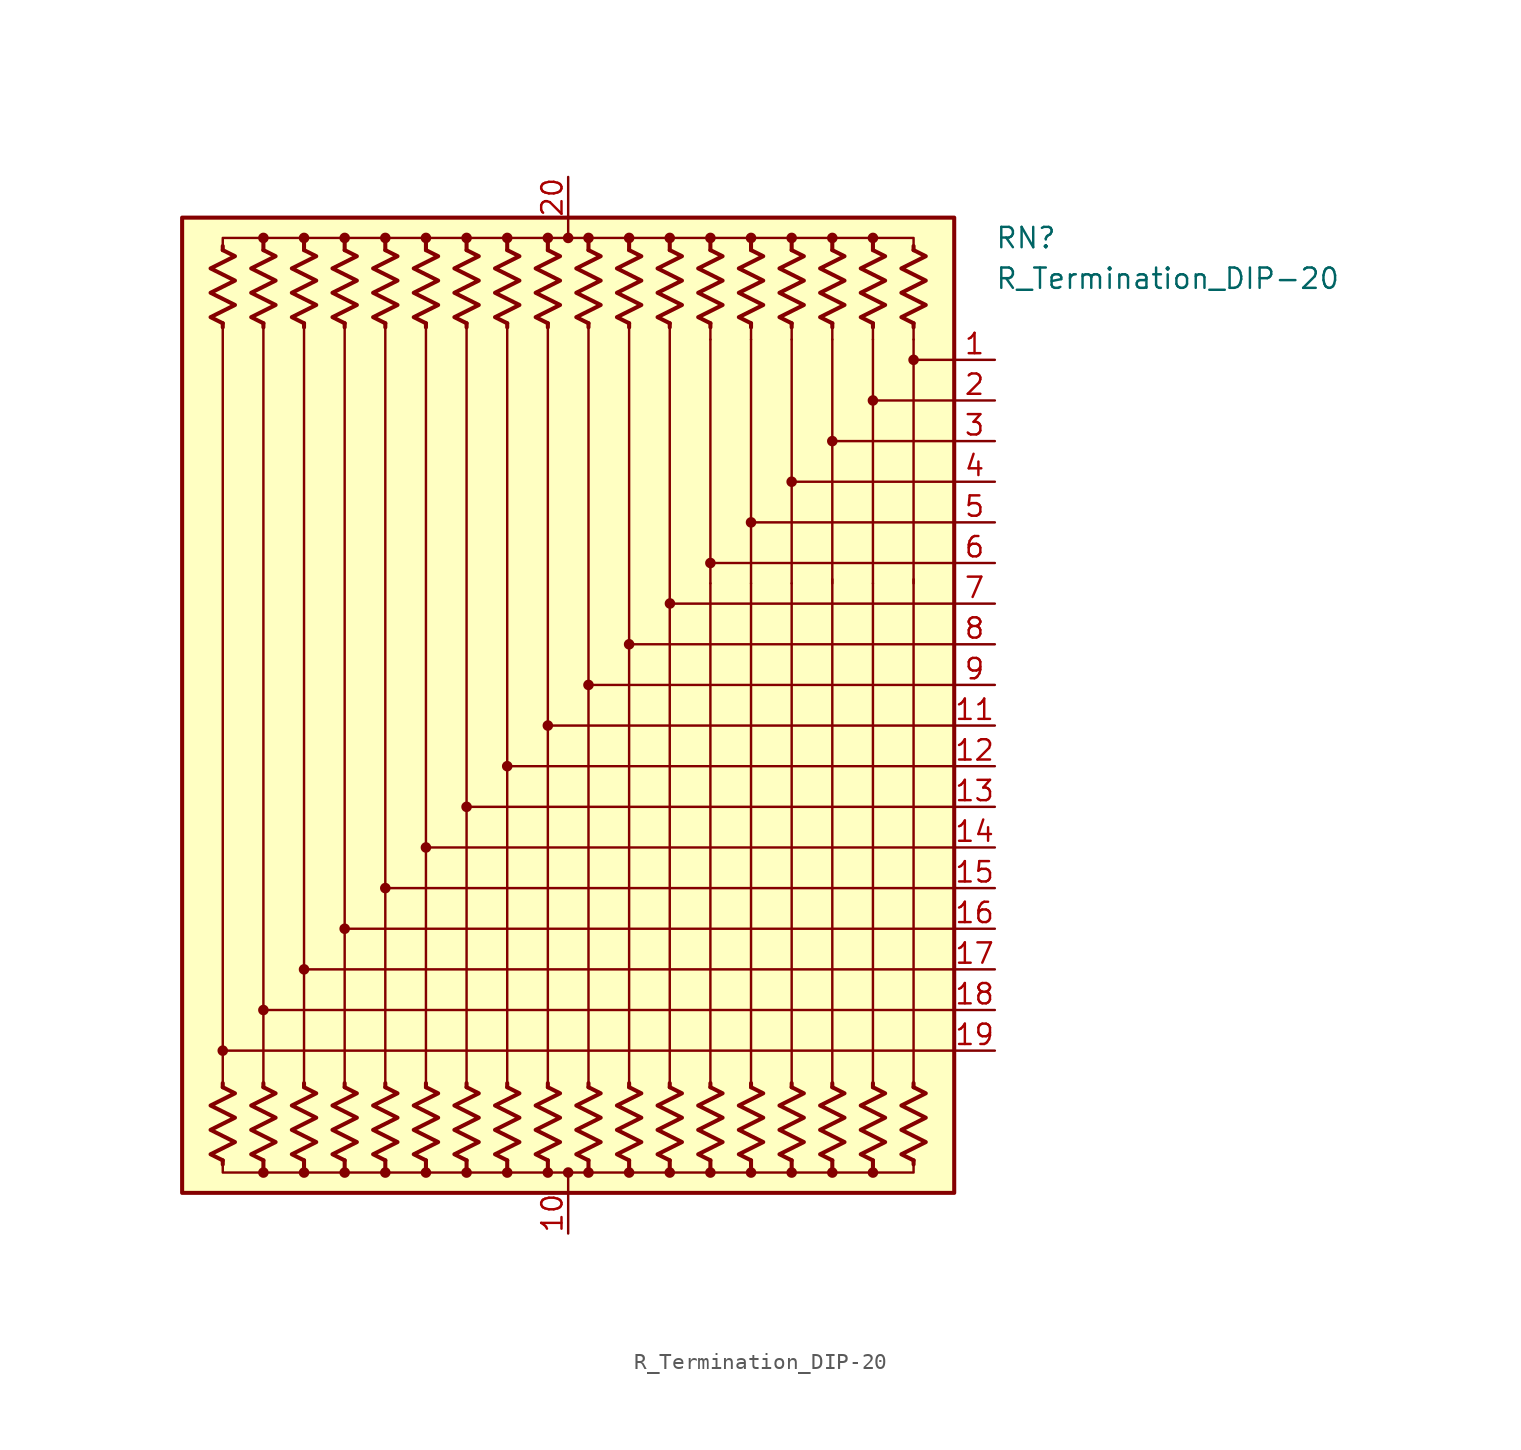
<source format=kicad_sym>
(kicad_symbol_lib
  (version 20220914)
  (generator kicad_symbol_editor)
  (symbol "R_Termination_DIP-20"
    (pin_names
      (offset 0.002) hide)
    (property "Reference" "RN"
      (at 26.67 29.21 0)
      (effects (font (size 1.27 1.27)) (justify left)))
    (property "Value" "R_Termination_DIP-20"
      (at 26.67 26.67 0)
      (effects (font (size 1.27 1.27)) (justify left)))
    (symbol "R_Termination_DIP-20_0_1"
      (rectangle (start -24.13 30.48) (end 24.13 -30.48) (stroke (width 0.254) (type default)) (fill (type background)))
      (circle (center -21.59 -21.59) (radius 0.254) (stroke (width 0) (type default)) (fill (type outline)))
      (circle (center -19.05 -29.21) (radius 0.254) (stroke (width 0) (type default)) (fill (type outline)))
      (circle (center -19.05 -19.05) (radius 0.254) (stroke (width 0) (type default)) (fill (type outline)))
      (circle (center -19.05 29.21) (radius 0.254) (stroke (width 0) (type default)) (fill (type outline)))
      (circle (center -16.51 -29.21) (radius 0.254) (stroke (width 0) (type default)) (fill (type outline)))
      (circle (center -16.51 -16.51) (radius 0.254) (stroke (width 0) (type default)) (fill (type outline)))
      (circle (center -16.51 29.21) (radius 0.254) (stroke (width 0) (type default)) (fill (type outline)))
      (circle (center -13.97 -29.21) (radius 0.254) (stroke (width 0) (type default)) (fill (type outline)))
      (circle (center -13.97 -13.97) (radius 0.254) (stroke (width 0) (type default)) (fill (type outline)))
      (circle (center -13.97 29.21) (radius 0.254) (stroke (width 0) (type default)) (fill (type outline)))
      (circle (center -11.43 -29.21) (radius 0.254) (stroke (width 0) (type default)) (fill (type outline)))
      (circle (center -11.43 -11.43) (radius 0.254) (stroke (width 0) (type default)) (fill (type outline)))
      (circle (center -11.43 29.21) (radius 0.254) (stroke (width 0) (type default)) (fill (type outline)))
      (circle (center -8.89 -29.21) (radius 0.254) (stroke (width 0) (type default)) (fill (type outline)))
      (circle (center -8.89 -8.89) (radius 0.254) (stroke (width 0) (type default)) (fill (type outline)))
      (circle (center -8.89 29.21) (radius 0.254) (stroke (width 0) (type default)) (fill (type outline)))
      (circle (center -6.35 -29.21) (radius 0.254) (stroke (width 0) (type default)) (fill (type outline)))
      (circle (center -6.35 -6.35) (radius 0.254) (stroke (width 0) (type default)) (fill (type outline)))
      (circle (center -6.35 29.21) (radius 0.254) (stroke (width 0) (type default)) (fill (type outline)))
      (circle (center -3.81 -29.21) (radius 0.254) (stroke (width 0) (type default)) (fill (type outline)))
      (circle (center -3.81 -3.81) (radius 0.254) (stroke (width 0) (type default)) (fill (type outline)))
      (circle (center -3.81 29.21) (radius 0.254) (stroke (width 0) (type default)) (fill (type outline)))
      (circle (center -1.27 -29.21) (radius 0.254) (stroke (width 0) (type default)) (fill (type outline)))
      (circle (center -1.27 -1.27) (radius 0.254) (stroke (width 0) (type default)) (fill (type outline)))
      (circle (center -1.27 29.21) (radius 0.254) (stroke (width 0) (type default)) (fill (type outline)))
      (circle (center 0 -29.21) (radius 0.254) (stroke (width 0) (type default)) (fill (type outline)))
      (polyline (pts (xy -21.59 -28.448) (xy -21.59 -28.702)) (stroke (width 0.254) (type default)) (fill (type none)))
      (polyline (pts (xy -21.59 -23.876) (xy -21.59 -23.622)) (stroke (width 0.254) (type default)) (fill (type none)))
      (polyline (pts (xy -21.59 -21.59) (xy 24.13 -21.59)) (stroke (width 0.152) (type default)) (fill (type none)))
      (polyline (pts (xy -21.59 23.876) (xy -21.59 -23.876)) (stroke (width 0) (type default)) (fill (type none)))
      (polyline (pts (xy -21.59 23.876) (xy -21.59 23.622)) (stroke (width 0.254) (type default)) (fill (type none)))
      (polyline (pts (xy -21.59 28.448) (xy -21.59 28.702)) (stroke (width 0.254) (type default)) (fill (type none)))
      (polyline (pts (xy -19.05 -28.448) (xy -19.05 -28.956)) (stroke (width 0.254) (type default)) (fill (type none)))
      (polyline (pts (xy -19.05 -23.876) (xy -19.05 -23.622)) (stroke (width 0.254) (type default)) (fill (type none)))
      (polyline (pts (xy -19.05 23.876) (xy -19.05 -23.876)) (stroke (width 0) (type default)) (fill (type none)))
      (polyline (pts (xy -19.05 23.876) (xy -19.05 23.622)) (stroke (width 0.254) (type default)) (fill (type none)))
      (polyline (pts (xy -19.05 28.448) (xy -19.05 29.21)) (stroke (width 0.254) (type default)) (fill (type none)))
      (polyline (pts (xy -16.51 -28.448) (xy -16.51 -29.21)) (stroke (width 0.254) (type default)) (fill (type none)))
      (polyline (pts (xy -16.51 -23.876) (xy -16.51 -23.622)) (stroke (width 0.254) (type default)) (fill (type none)))
      (polyline (pts (xy -16.51 23.876) (xy -16.51 -23.876)) (stroke (width 0) (type default)) (fill (type none)))
      (polyline (pts (xy -16.51 23.876) (xy -16.51 23.622)) (stroke (width 0.254) (type default)) (fill (type none)))
      (polyline (pts (xy -16.51 28.448) (xy -16.51 28.956)) (stroke (width 0.254) (type default)) (fill (type none)))
      (polyline (pts (xy -13.97 -28.448) (xy -13.97 -29.21)) (stroke (width 0.254) (type default)) (fill (type none)))
      (polyline (pts (xy -13.97 -23.876) (xy -13.97 -23.622)) (stroke (width 0.254) (type default)) (fill (type none)))
      (polyline (pts (xy -13.97 23.876) (xy -13.97 -23.876)) (stroke (width 0) (type default)) (fill (type none)))
      (polyline (pts (xy -13.97 23.876) (xy -13.97 23.622)) (stroke (width 0.254) (type default)) (fill (type none)))
      (polyline (pts (xy -13.97 28.448) (xy -13.97 28.956)) (stroke (width 0.254) (type default)) (fill (type none)))
      (polyline (pts (xy -11.43 -28.448) (xy -11.43 -29.21)) (stroke (width 0.254) (type default)) (fill (type none)))
      (polyline (pts (xy -11.43 -23.876) (xy -11.43 -23.622)) (stroke (width 0.254) (type default)) (fill (type none)))
      (polyline (pts (xy -11.43 23.876) (xy -11.43 -23.876)) (stroke (width 0) (type default)) (fill (type none)))
      (polyline (pts (xy -11.43 23.876) (xy -11.43 23.622)) (stroke (width 0.254) (type default)) (fill (type none)))
      (polyline (pts (xy -11.43 28.448) (xy -11.43 28.956)) (stroke (width 0.254) (type default)) (fill (type none)))
      (polyline (pts (xy -8.89 -28.448) (xy -8.89 -28.956)) (stroke (width 0.254) (type default)) (fill (type none)))
      (polyline (pts (xy -8.89 -23.876) (xy -8.89 -23.622)) (stroke (width 0.254) (type default)) (fill (type none)))
      (polyline (pts (xy -8.89 23.876) (xy -8.89 -23.876)) (stroke (width 0) (type default)) (fill (type none)))
      (polyline (pts (xy -8.89 23.876) (xy -8.89 23.622)) (stroke (width 0.254) (type default)) (fill (type none)))
      (polyline (pts (xy -8.89 28.448) (xy -8.89 28.956)) (stroke (width 0.254) (type default)) (fill (type none)))
      (polyline (pts (xy -6.35 -28.448) (xy -6.35 -28.956)) (stroke (width 0.254) (type default)) (fill (type none)))
      (polyline (pts (xy -6.35 -23.876) (xy -6.35 -23.622)) (stroke (width 0.254) (type default)) (fill (type none)))
      (polyline (pts (xy -6.35 23.876) (xy -6.35 -23.876)) (stroke (width 0) (type default)) (fill (type none)))
      (polyline (pts (xy -6.35 23.876) (xy -6.35 23.622)) (stroke (width 0.254) (type default)) (fill (type none)))
      (polyline (pts (xy -6.35 28.448) (xy -6.35 28.956)) (stroke (width 0.254) (type default)) (fill (type none)))
      (polyline (pts (xy -3.81 -28.448) (xy -3.81 -28.956)) (stroke (width 0.254) (type default)) (fill (type none)))
      (polyline (pts (xy -3.81 -23.876) (xy -3.81 -23.622)) (stroke (width 0.254) (type default)) (fill (type none)))
      (polyline (pts (xy -3.81 23.876) (xy -3.81 -23.876)) (stroke (width 0) (type default)) (fill (type none)))
      (polyline (pts (xy -3.81 23.876) (xy -3.81 23.622)) (stroke (width 0.254) (type default)) (fill (type none)))
      (polyline (pts (xy -3.81 28.448) (xy -3.81 28.956)) (stroke (width 0.254) (type default)) (fill (type none)))
      (polyline (pts (xy -1.27 -28.448) (xy -1.27 -28.956)) (stroke (width 0.254) (type default)) (fill (type none)))
      (polyline (pts (xy -1.27 -23.876) (xy -1.27 -23.622)) (stroke (width 0.254) (type default)) (fill (type none)))
      (polyline (pts (xy -1.27 23.876) (xy -1.27 -23.876)) (stroke (width 0) (type default)) (fill (type none)))
      (polyline (pts (xy -1.27 23.876) (xy -1.27 23.622)) (stroke (width 0.254) (type default)) (fill (type none)))
      (polyline (pts (xy -1.27 28.448) (xy -1.27 28.956)) (stroke (width 0.254) (type default)) (fill (type none)))
      (polyline (pts (xy 0 -30.48) (xy 0 -29.21)) (stroke (width 0) (type default)) (fill (type none)))
      (polyline (pts (xy 0 30.48) (xy 0 29.21)) (stroke (width 0) (type default)) (fill (type none)))
      (polyline (pts (xy 1.27 -28.448) (xy 1.27 -28.956)) (stroke (width 0.254) (type default)) (fill (type none)))
      (polyline (pts (xy 1.27 -23.876) (xy 1.27 -23.622)) (stroke (width 0.254) (type default)) (fill (type none)))
      (polyline (pts (xy 1.27 23.876) (xy 1.27 -23.876)) (stroke (width 0) (type default)) (fill (type none)))
      (polyline (pts (xy 1.27 23.876) (xy 1.27 23.622)) (stroke (width 0.254) (type default)) (fill (type none)))
      (polyline (pts (xy 1.27 28.448) (xy 1.27 28.956)) (stroke (width 0.254) (type default)) (fill (type none)))
      (polyline (pts (xy 3.81 -28.448) (xy 3.81 -29.21)) (stroke (width 0.254) (type default)) (fill (type none)))
      (polyline (pts (xy 3.81 -23.876) (xy 3.81 -23.622)) (stroke (width 0.254) (type default)) (fill (type none)))
      (polyline (pts (xy 3.81 23.876) (xy 3.81 -23.876)) (stroke (width 0) (type default)) (fill (type none)))
      (polyline (pts (xy 3.81 23.876) (xy 3.81 23.622)) (stroke (width 0.254) (type default)) (fill (type none)))
      (polyline (pts (xy 3.81 28.448) (xy 3.81 28.956)) (stroke (width 0.254) (type default)) (fill (type none)))
      (polyline (pts (xy 6.35 -28.448) (xy 6.35 -28.956)) (stroke (width 0.254) (type default)) (fill (type none)))
      (polyline (pts (xy 6.35 -23.876) (xy 6.35 -23.622)) (stroke (width 0.254) (type default)) (fill (type none)))
      (polyline (pts (xy 6.35 23.876) (xy 6.35 -23.876)) (stroke (width 0) (type default)) (fill (type none)))
      (polyline (pts (xy 6.35 23.876) (xy 6.35 23.622)) (stroke (width 0.254) (type default)) (fill (type none)))
      (polyline (pts (xy 6.35 28.448) (xy 6.35 28.956)) (stroke (width 0.254) (type default)) (fill (type none)))
      (polyline (pts (xy 8.89 -28.448) (xy 8.89 -28.956)) (stroke (width 0.254) (type default)) (fill (type none)))
      (polyline (pts (xy 8.89 -23.876) (xy 8.89 -23.622)) (stroke (width 0.254) (type default)) (fill (type none)))
      (polyline (pts (xy 8.89 -23.876) (xy 8.89 7.62)) (stroke (width 0) (type default)) (fill (type none)))
      (polyline (pts (xy 8.89 22.86) (xy 8.89 7.62)) (stroke (width 0.152) (type default)) (fill (type none)))
      (polyline (pts (xy 8.89 23.876) (xy 8.89 22.86)) (stroke (width 0) (type default)) (fill (type none)))
      (polyline (pts (xy 8.89 23.876) (xy 8.89 23.622)) (stroke (width 0.254) (type default)) (fill (type none)))
      (polyline (pts (xy 8.89 28.448) (xy 8.89 28.956)) (stroke (width 0.254) (type default)) (fill (type none)))
      (polyline (pts (xy 11.43 -28.448) (xy 11.43 -28.956)) (stroke (width 0.254) (type default)) (fill (type none)))
      (polyline (pts (xy 11.43 -23.876) (xy 11.43 -23.622)) (stroke (width 0.254) (type default)) (fill (type none)))
      (polyline (pts (xy 11.43 -23.876) (xy 11.43 7.62)) (stroke (width 0) (type default)) (fill (type none)))
      (polyline (pts (xy 11.43 22.86) (xy 11.43 7.62)) (stroke (width 0.152) (type default)) (fill (type none)))
      (polyline (pts (xy 11.43 23.876) (xy 11.43 22.86)) (stroke (width 0) (type default)) (fill (type none)))
      (polyline (pts (xy 11.43 23.876) (xy 11.43 23.622)) (stroke (width 0.254) (type default)) (fill (type none)))
      (polyline (pts (xy 11.43 28.448) (xy 11.43 28.956)) (stroke (width 0.254) (type default)) (fill (type none)))
      (polyline (pts (xy 13.97 -28.448) (xy 13.97 -28.956)) (stroke (width 0.254) (type default)) (fill (type none)))
      (polyline (pts (xy 13.97 -23.876) (xy 13.97 -23.622)) (stroke (width 0.254) (type default)) (fill (type none)))
      (polyline (pts (xy 13.97 -23.876) (xy 13.97 7.62)) (stroke (width 0) (type default)) (fill (type none)))
      (polyline (pts (xy 13.97 22.86) (xy 13.97 7.62)) (stroke (width 0.152) (type default)) (fill (type none)))
      (polyline (pts (xy 13.97 23.876) (xy 13.97 22.86)) (stroke (width 0) (type default)) (fill (type none)))
      (polyline (pts (xy 13.97 23.876) (xy 13.97 23.622)) (stroke (width 0.254) (type default)) (fill (type none)))
      (polyline (pts (xy 13.97 28.448) (xy 13.97 28.956)) (stroke (width 0.254) (type default)) (fill (type none)))
      (polyline (pts (xy 16.51 -28.448) (xy 16.51 -28.956)) (stroke (width 0.254) (type default)) (fill (type none)))
      (polyline (pts (xy 16.51 -23.876) (xy 16.51 -23.622)) (stroke (width 0.254) (type default)) (fill (type none)))
      (polyline (pts (xy 16.51 -23.876) (xy 16.51 7.874)) (stroke (width 0) (type default)) (fill (type none)))
      (polyline (pts (xy 16.51 22.86) (xy 16.51 7.62)) (stroke (width 0.152) (type default)) (fill (type none)))
      (polyline (pts (xy 16.51 23.876) (xy 16.51 22.86)) (stroke (width 0) (type default)) (fill (type none)))
      (polyline (pts (xy 16.51 23.876) (xy 16.51 23.622)) (stroke (width 0.254) (type default)) (fill (type none)))
      (polyline (pts (xy 16.51 28.448) (xy 16.51 28.956)) (stroke (width 0.254) (type default)) (fill (type none)))
      (polyline (pts (xy 19.05 -28.448) (xy 19.05 -28.956)) (stroke (width 0.254) (type default)) (fill (type none)))
      (polyline (pts (xy 19.05 -23.876) (xy 19.05 -23.622)) (stroke (width 0.254) (type default)) (fill (type none)))
      (polyline (pts (xy 19.05 -23.876) (xy 19.05 7.62)) (stroke (width 0) (type default)) (fill (type none)))
      (polyline (pts (xy 19.05 22.86) (xy 19.05 7.62)) (stroke (width 0.152) (type default)) (fill (type none)))
      (polyline (pts (xy 19.05 23.876) (xy 19.05 22.86)) (stroke (width 0) (type default)) (fill (type none)))
      (polyline (pts (xy 19.05 23.876) (xy 19.05 23.622)) (stroke (width 0.254) (type default)) (fill (type none)))
      (polyline (pts (xy 19.05 28.448) (xy 19.05 28.956)) (stroke (width 0.254) (type default)) (fill (type none)))
      (polyline (pts (xy 21.59 -28.448) (xy 21.59 -28.702)) (stroke (width 0.254) (type default)) (fill (type none)))
      (polyline (pts (xy 21.59 -23.876) (xy 21.59 -23.622)) (stroke (width 0.254) (type default)) (fill (type none)))
      (polyline (pts (xy 21.59 -23.876) (xy 21.59 7.874)) (stroke (width 0) (type default)) (fill (type none)))
      (polyline (pts (xy 21.59 22.86) (xy 21.59 7.62)) (stroke (width 0.152) (type default)) (fill (type none)))
      (polyline (pts (xy 21.59 23.876) (xy 21.59 22.86)) (stroke (width 0) (type default)) (fill (type none)))
      (polyline (pts (xy 21.59 23.876) (xy 21.59 23.622)) (stroke (width 0.254) (type default)) (fill (type none)))
      (polyline (pts (xy 21.59 28.448) (xy 21.59 28.702)) (stroke (width 0.254) (type default)) (fill (type none)))
      (polyline (pts (xy 24.13 -19.05) (xy -19.05 -19.05)) (stroke (width 0.152) (type default)) (fill (type none)))
      (polyline (pts (xy 24.13 -16.51) (xy -16.51 -16.51)) (stroke (width 0.152) (type default)) (fill (type none)))
      (polyline (pts (xy 24.13 -13.97) (xy -13.97 -13.97)) (stroke (width 0.152) (type default)) (fill (type none)))
      (polyline (pts (xy 24.13 -11.43) (xy -11.43 -11.43)) (stroke (width 0.152) (type default)) (fill (type none)))
      (polyline (pts (xy 24.13 -8.89) (xy -8.89 -8.89)) (stroke (width 0.152) (type default)) (fill (type none)))
      (polyline (pts (xy 24.13 -6.35) (xy -6.35 -6.35)) (stroke (width 0.152) (type default)) (fill (type none)))
      (polyline (pts (xy 24.13 -3.81) (xy -3.81 -3.81)) (stroke (width 0.152) (type default)) (fill (type none)))
      (polyline (pts (xy 24.13 -1.27) (xy -1.27 -1.27)) (stroke (width 0.152) (type default)) (fill (type none)))
      (polyline (pts (xy 24.13 1.27) (xy 1.27 1.27)) (stroke (width 0.152) (type default)) (fill (type none)))
      (polyline (pts (xy 24.13 3.81) (xy 3.81 3.81)) (stroke (width 0.152) (type default)) (fill (type none)))
      (polyline (pts (xy 24.13 6.35) (xy 6.35 6.35)) (stroke (width 0.152) (type default)) (fill (type none)))
      (polyline (pts (xy 24.13 8.89) (xy 8.89 8.89)) (stroke (width 0.152) (type default)) (fill (type none)))
      (polyline (pts (xy 24.13 11.43) (xy 11.43 11.43)) (stroke (width 0.152) (type default)) (fill (type none)))
      (polyline (pts (xy 24.13 13.97) (xy 13.97 13.97)) (stroke (width 0.152) (type default)) (fill (type none)))
      (polyline (pts (xy 24.13 16.51) (xy 16.51 16.51)) (stroke (width 0.152) (type default)) (fill (type none)))
      (polyline (pts (xy 24.13 19.05) (xy 19.05 19.05)) (stroke (width 0.152) (type default)) (fill (type none)))
      (polyline (pts (xy 24.13 21.59) (xy 21.59 21.59)) (stroke (width 0.152) (type default)) (fill (type none)))
      (polyline (pts (xy -21.59 28.448) (xy -21.59 29.21) (xy -19.05 29.21) (xy -19.05 28.448)) (stroke (width 0) (type default)) (fill (type none)))
      (polyline (pts (xy -19.05 -28.448) (xy -19.05 -29.21) (xy -21.59 -29.21) (xy -21.59 -28.448)) (stroke (width 0) (type default)) (fill (type none)))
      (polyline (pts (xy -19.05 28.448) (xy -19.05 29.21) (xy -16.51 29.21) (xy -16.51 28.448)) (stroke (width 0) (type default)) (fill (type none)))
      (polyline (pts (xy -16.51 -28.448) (xy -16.51 -29.21) (xy -19.05 -29.21) (xy -19.05 -28.448)) (stroke (width 0) (type default)) (fill (type none)))
      (polyline (pts (xy -16.51 28.448) (xy -16.51 29.21) (xy -13.97 29.21) (xy -13.97 28.448)) (stroke (width 0) (type default)) (fill (type none)))
      (polyline (pts (xy -13.97 -28.448) (xy -13.97 -29.21) (xy -16.51 -29.21) (xy -16.51 -28.448)) (stroke (width 0) (type default)) (fill (type none)))
      (polyline (pts (xy -13.97 28.448) (xy -13.97 29.21) (xy -11.43 29.21) (xy -11.43 28.448)) (stroke (width 0) (type default)) (fill (type none)))
      (polyline (pts (xy -11.43 -28.448) (xy -11.43 -29.21) (xy -13.97 -29.21) (xy -13.97 -28.448)) (stroke (width 0) (type default)) (fill (type none)))
      (polyline (pts (xy -11.43 28.448) (xy -11.43 29.21) (xy -8.89 29.21) (xy -8.89 28.448)) (stroke (width 0) (type default)) (fill (type none)))
      (polyline (pts (xy -8.89 -28.448) (xy -8.89 -29.21) (xy -11.43 -29.21) (xy -11.43 -28.448)) (stroke (width 0) (type default)) (fill (type none)))
      (polyline (pts (xy -8.89 28.448) (xy -8.89 29.21) (xy -6.35 29.21) (xy -6.35 28.448)) (stroke (width 0) (type default)) (fill (type none)))
      (polyline (pts (xy -6.35 -28.448) (xy -6.35 -29.21) (xy -8.89 -29.21) (xy -8.89 -28.448)) (stroke (width 0) (type default)) (fill (type none)))
      (polyline (pts (xy -6.35 28.448) (xy -6.35 29.21) (xy -3.81 29.21) (xy -3.81 28.448)) (stroke (width 0) (type default)) (fill (type none)))
      (polyline (pts (xy -3.81 -28.448) (xy -3.81 -29.21) (xy -6.35 -29.21) (xy -6.35 -28.448)) (stroke (width 0) (type default)) (fill (type none)))
      (polyline (pts (xy -3.81 28.448) (xy -3.81 29.21) (xy -1.27 29.21) (xy -1.27 28.448)) (stroke (width 0) (type default)) (fill (type none)))
      (polyline (pts (xy -1.27 -28.448) (xy -1.27 -29.21) (xy -3.81 -29.21) (xy -3.81 -28.448)) (stroke (width 0) (type default)) (fill (type none)))
      (polyline (pts (xy -1.27 28.448) (xy -1.27 29.21) (xy 1.27 29.21) (xy 1.27 28.448)) (stroke (width 0) (type default)) (fill (type none)))
      (polyline (pts (xy 1.27 -28.448) (xy 1.27 -29.21) (xy -1.27 -29.21) (xy -1.27 -28.448)) (stroke (width 0) (type default)) (fill (type none)))
      (polyline (pts (xy 1.27 28.448) (xy 1.27 29.21) (xy 3.81 29.21) (xy 3.81 28.448)) (stroke (width 0) (type default)) (fill (type none)))
      (polyline (pts (xy 3.81 -28.448) (xy 3.81 -29.21) (xy 1.27 -29.21) (xy 1.27 -28.448)) (stroke (width 0) (type default)) (fill (type none)))
      (polyline (pts (xy 3.81 28.448) (xy 3.81 29.21) (xy 6.35 29.21) (xy 6.35 28.448)) (stroke (width 0) (type default)) (fill (type none)))
      (polyline (pts (xy 6.35 -28.448) (xy 6.35 -29.21) (xy 3.81 -29.21) (xy 3.81 -28.448)) (stroke (width 0) (type default)) (fill (type none)))
      (polyline (pts (xy 6.35 28.448) (xy 6.35 29.21) (xy 8.89 29.21) (xy 8.89 28.448)) (stroke (width 0) (type default)) (fill (type none)))
      (polyline (pts (xy 8.89 -28.448) (xy 8.89 -29.21) (xy 6.35 -29.21) (xy 6.35 -28.448)) (stroke (width 0) (type default)) (fill (type none)))
      (polyline (pts (xy 8.89 28.448) (xy 8.89 29.21) (xy 11.43 29.21) (xy 11.43 28.448)) (stroke (width 0) (type default)) (fill (type none)))
      (polyline (pts (xy 11.43 -28.448) (xy 11.43 -29.21) (xy 8.89 -29.21) (xy 8.89 -28.448)) (stroke (width 0) (type default)) (fill (type none)))
      (polyline (pts (xy 11.43 28.448) (xy 11.43 29.21) (xy 13.97 29.21) (xy 13.97 28.448)) (stroke (width 0) (type default)) (fill (type none)))
      (polyline (pts (xy 13.97 -28.448) (xy 13.97 -29.21) (xy 11.43 -29.21) (xy 11.43 -28.448)) (stroke (width 0) (type default)) (fill (type none)))
      (polyline (pts (xy 13.97 28.448) (xy 13.97 29.21) (xy 16.51 29.21) (xy 16.51 28.448)) (stroke (width 0) (type default)) (fill (type none)))
      (polyline (pts (xy 16.51 -28.448) (xy 16.51 -29.21) (xy 13.97 -29.21) (xy 13.97 -28.448)) (stroke (width 0) (type default)) (fill (type none)))
      (polyline (pts (xy 16.51 28.448) (xy 16.51 29.21) (xy 19.05 29.21) (xy 19.05 28.448)) (stroke (width 0) (type default)) (fill (type none)))
      (polyline (pts (xy 19.05 -28.448) (xy 19.05 -29.21) (xy 16.51 -29.21) (xy 16.51 -28.448)) (stroke (width 0) (type default)) (fill (type none)))
      (polyline (pts (xy 19.05 28.448) (xy 19.05 29.21) (xy 21.59 29.21) (xy 21.59 28.448)) (stroke (width 0) (type default)) (fill (type none)))
      (polyline (pts (xy 21.59 -28.448) (xy 21.59 -29.21) (xy 19.05 -29.21) (xy 19.05 -28.448)) (stroke (width 0) (type default)) (fill (type none)))
      (polyline (pts (xy -21.59 -23.876) (xy -20.828 -24.257) (xy -22.352 -25.019) (xy -21.59 -25.4) (xy -20.828 -25.781) (xy -21.59 -26.162) (xy -22.352 -26.543) (xy -21.59 -26.924) (xy -20.828 -27.305) (xy -21.59 -27.686) (xy -22.352 -28.067) (xy -21.59 -28.448)) (stroke (width 0.254) (type default)) (fill (type none)))
      (polyline (pts (xy -21.59 28.448) (xy -20.828 28.067) (xy -22.352 27.305) (xy -21.59 26.924) (xy -20.828 26.543) (xy -21.59 26.162) (xy -22.352 25.781) (xy -21.59 25.4) (xy -20.828 25.019) (xy -21.59 24.638) (xy -22.352 24.257) (xy -21.59 23.876)) (stroke (width 0.254) (type default)) (fill (type none)))
      (polyline (pts (xy -19.05 -23.876) (xy -18.288 -24.257) (xy -19.812 -25.019) (xy -19.05 -25.4) (xy -18.288 -25.781) (xy -19.05 -26.162) (xy -19.812 -26.543) (xy -19.05 -26.924) (xy -18.288 -27.305) (xy -19.05 -27.686) (xy -19.812 -28.067) (xy -19.05 -28.448)) (stroke (width 0.254) (type default)) (fill (type none)))
      (polyline (pts (xy -19.05 28.448) (xy -18.288 28.067) (xy -19.812 27.305) (xy -19.05 26.924) (xy -18.288 26.543) (xy -19.05 26.162) (xy -19.812 25.781) (xy -19.05 25.4) (xy -18.288 25.019) (xy -19.05 24.638) (xy -19.812 24.257) (xy -19.05 23.876)) (stroke (width 0.254) (type default)) (fill (type none)))
      (polyline (pts (xy -16.51 -23.876) (xy -15.748 -24.257) (xy -17.272 -25.019) (xy -16.51 -25.4) (xy -15.748 -25.781) (xy -16.51 -26.162) (xy -17.272 -26.543) (xy -16.51 -26.924) (xy -15.748 -27.305) (xy -16.51 -27.686) (xy -17.272 -28.067) (xy -16.51 -28.448)) (stroke (width 0.254) (type default)) (fill (type none)))
      (polyline (pts (xy -16.51 28.448) (xy -15.748 28.067) (xy -17.272 27.305) (xy -16.51 26.924) (xy -15.748 26.543) (xy -16.51 26.162) (xy -17.272 25.781) (xy -16.51 25.4) (xy -15.748 25.019) (xy -16.51 24.638) (xy -17.272 24.257) (xy -16.51 23.876)) (stroke (width 0.254) (type default)) (fill (type none)))
      (polyline (pts (xy -13.97 -23.876) (xy -13.208 -24.257) (xy -14.732 -25.019) (xy -13.97 -25.4) (xy -13.208 -25.781) (xy -13.97 -26.162) (xy -14.732 -26.543) (xy -13.97 -26.924) (xy -13.208 -27.305) (xy -13.97 -27.686) (xy -14.732 -28.067) (xy -13.97 -28.448)) (stroke (width 0.254) (type default)) (fill (type none)))
      (polyline (pts (xy -13.97 28.448) (xy -13.208 28.067) (xy -14.732 27.305) (xy -13.97 26.924) (xy -13.208 26.543) (xy -13.97 26.162) (xy -14.732 25.781) (xy -13.97 25.4) (xy -13.208 25.019) (xy -13.97 24.638) (xy -14.732 24.257) (xy -13.97 23.876)) (stroke (width 0.254) (type default)) (fill (type none)))
      (polyline (pts (xy -11.43 -23.876) (xy -10.668 -24.257) (xy -12.192 -25.019) (xy -11.43 -25.4) (xy -10.668 -25.781) (xy -11.43 -26.162) (xy -12.192 -26.543) (xy -11.43 -26.924) (xy -10.668 -27.305) (xy -11.43 -27.686) (xy -12.192 -28.067) (xy -11.43 -28.448)) (stroke (width 0.254) (type default)) (fill (type none)))
      (polyline (pts (xy -11.43 28.448) (xy -10.668 28.067) (xy -12.192 27.305) (xy -11.43 26.924) (xy -10.668 26.543) (xy -11.43 26.162) (xy -12.192 25.781) (xy -11.43 25.4) (xy -10.668 25.019) (xy -11.43 24.638) (xy -12.192 24.257) (xy -11.43 23.876)) (stroke (width 0.254) (type default)) (fill (type none)))
      (polyline (pts (xy -8.89 -23.876) (xy -8.128 -24.257) (xy -9.652 -25.019) (xy -8.89 -25.4) (xy -8.128 -25.781) (xy -8.89 -26.162) (xy -9.652 -26.543) (xy -8.89 -26.924) (xy -8.128 -27.305) (xy -8.89 -27.686) (xy -9.652 -28.067) (xy -8.89 -28.448)) (stroke (width 0.254) (type default)) (fill (type none)))
      (polyline (pts (xy -8.89 28.448) (xy -8.128 28.067) (xy -9.652 27.305) (xy -8.89 26.924) (xy -8.128 26.543) (xy -8.89 26.162) (xy -9.652 25.781) (xy -8.89 25.4) (xy -8.128 25.019) (xy -8.89 24.638) (xy -9.652 24.257) (xy -8.89 23.876)) (stroke (width 0.254) (type default)) (fill (type none)))
      (polyline (pts (xy -6.35 -23.876) (xy -5.588 -24.257) (xy -7.112 -25.019) (xy -6.35 -25.4) (xy -5.588 -25.781) (xy -6.35 -26.162) (xy -7.112 -26.543) (xy -6.35 -26.924) (xy -5.588 -27.305) (xy -6.35 -27.686) (xy -7.112 -28.067) (xy -6.35 -28.448)) (stroke (width 0.254) (type default)) (fill (type none)))
      (polyline (pts (xy -6.35 28.448) (xy -5.588 28.067) (xy -7.112 27.305) (xy -6.35 26.924) (xy -5.588 26.543) (xy -6.35 26.162) (xy -7.112 25.781) (xy -6.35 25.4) (xy -5.588 25.019) (xy -6.35 24.638) (xy -7.112 24.257) (xy -6.35 23.876)) (stroke (width 0.254) (type default)) (fill (type none)))
      (polyline (pts (xy -3.81 -23.876) (xy -3.048 -24.257) (xy -4.572 -25.019) (xy -3.81 -25.4) (xy -3.048 -25.781) (xy -3.81 -26.162) (xy -4.572 -26.543) (xy -3.81 -26.924) (xy -3.048 -27.305) (xy -3.81 -27.686) (xy -4.572 -28.067) (xy -3.81 -28.448)) (stroke (width 0.254) (type default)) (fill (type none)))
      (polyline (pts (xy -3.81 28.448) (xy -3.048 28.067) (xy -4.572 27.305) (xy -3.81 26.924) (xy -3.048 26.543) (xy -3.81 26.162) (xy -4.572 25.781) (xy -3.81 25.4) (xy -3.048 25.019) (xy -3.81 24.638) (xy -4.572 24.257) (xy -3.81 23.876)) (stroke (width 0.254) (type default)) (fill (type none)))
      (polyline (pts (xy -1.27 -23.876) (xy -0.508 -24.257) (xy -2.032 -25.019) (xy -1.27 -25.4) (xy -0.508 -25.781) (xy -1.27 -26.162) (xy -2.032 -26.543) (xy -1.27 -26.924) (xy -0.508 -27.305) (xy -1.27 -27.686) (xy -2.032 -28.067) (xy -1.27 -28.448)) (stroke (width 0.254) (type default)) (fill (type none)))
      (polyline (pts (xy -1.27 28.448) (xy -0.508 28.067) (xy -2.032 27.305) (xy -1.27 26.924) (xy -0.508 26.543) (xy -1.27 26.162) (xy -2.032 25.781) (xy -1.27 25.4) (xy -0.508 25.019) (xy -1.27 24.638) (xy -2.032 24.257) (xy -1.27 23.876)) (stroke (width 0.254) (type default)) (fill (type none)))
      (polyline (pts (xy 1.27 -23.876) (xy 2.032 -24.257) (xy 0.508 -25.019) (xy 1.27 -25.4) (xy 2.032 -25.781) (xy 1.27 -26.162) (xy 0.508 -26.543) (xy 1.27 -26.924) (xy 2.032 -27.305) (xy 1.27 -27.686) (xy 0.508 -28.067) (xy 1.27 -28.448)) (stroke (width 0.254) (type default)) (fill (type none)))
      (polyline (pts (xy 1.27 28.448) (xy 2.032 28.067) (xy 0.508 27.305) (xy 1.27 26.924) (xy 2.032 26.543) (xy 1.27 26.162) (xy 0.508 25.781) (xy 1.27 25.4) (xy 2.032 25.019) (xy 1.27 24.638) (xy 0.508 24.257) (xy 1.27 23.876)) (stroke (width 0.254) (type default)) (fill (type none)))
      (polyline (pts (xy 3.81 -23.876) (xy 4.572 -24.257) (xy 3.048 -25.019) (xy 3.81 -25.4) (xy 4.572 -25.781) (xy 3.81 -26.162) (xy 3.048 -26.543) (xy 3.81 -26.924) (xy 4.572 -27.305) (xy 3.81 -27.686) (xy 3.048 -28.067) (xy 3.81 -28.448)) (stroke (width 0.254) (type default)) (fill (type none)))
      (polyline (pts (xy 3.81 28.448) (xy 4.572 28.067) (xy 3.048 27.305) (xy 3.81 26.924) (xy 4.572 26.543) (xy 3.81 26.162) (xy 3.048 25.781) (xy 3.81 25.4) (xy 4.572 25.019) (xy 3.81 24.638) (xy 3.048 24.257) (xy 3.81 23.876)) (stroke (width 0.254) (type default)) (fill (type none)))
      (polyline (pts (xy 6.35 -23.876) (xy 7.112 -24.257) (xy 5.588 -25.019) (xy 6.35 -25.4) (xy 7.112 -25.781) (xy 6.35 -26.162) (xy 5.588 -26.543) (xy 6.35 -26.924) (xy 7.112 -27.305) (xy 6.35 -27.686) (xy 5.588 -28.067) (xy 6.35 -28.448)) (stroke (width 0.254) (type default)) (fill (type none)))
      (polyline (pts (xy 6.35 28.448) (xy 7.112 28.067) (xy 5.588 27.305) (xy 6.35 26.924) (xy 7.112 26.543) (xy 6.35 26.162) (xy 5.588 25.781) (xy 6.35 25.4) (xy 7.112 25.019) (xy 6.35 24.638) (xy 5.588 24.257) (xy 6.35 23.876)) (stroke (width 0.254) (type default)) (fill (type none)))
      (polyline (pts (xy 8.89 -23.876) (xy 9.652 -24.257) (xy 8.128 -25.019) (xy 8.89 -25.4) (xy 9.652 -25.781) (xy 8.89 -26.162) (xy 8.128 -26.543) (xy 8.89 -26.924) (xy 9.652 -27.305) (xy 8.89 -27.686) (xy 8.128 -28.067) (xy 8.89 -28.448)) (stroke (width 0.254) (type default)) (fill (type none)))
      (polyline (pts (xy 8.89 28.448) (xy 9.652 28.067) (xy 8.128 27.305) (xy 8.89 26.924) (xy 9.652 26.543) (xy 8.89 26.162) (xy 8.128 25.781) (xy 8.89 25.4) (xy 9.652 25.019) (xy 8.89 24.638) (xy 8.128 24.257) (xy 8.89 23.876)) (stroke (width 0.254) (type default)) (fill (type none)))
      (polyline (pts (xy 11.43 -23.876) (xy 12.192 -24.257) (xy 10.668 -25.019) (xy 11.43 -25.4) (xy 12.192 -25.781) (xy 11.43 -26.162) (xy 10.668 -26.543) (xy 11.43 -26.924) (xy 12.192 -27.305) (xy 11.43 -27.686) (xy 10.668 -28.067) (xy 11.43 -28.448)) (stroke (width 0.254) (type default)) (fill (type none)))
      (polyline (pts (xy 11.43 28.448) (xy 12.192 28.067) (xy 10.668 27.305) (xy 11.43 26.924) (xy 12.192 26.543) (xy 11.43 26.162) (xy 10.668 25.781) (xy 11.43 25.4) (xy 12.192 25.019) (xy 11.43 24.638) (xy 10.668 24.257) (xy 11.43 23.876)) (stroke (width 0.254) (type default)) (fill (type none)))
      (polyline (pts (xy 13.97 -23.876) (xy 14.732 -24.257) (xy 13.208 -25.019) (xy 13.97 -25.4) (xy 14.732 -25.781) (xy 13.97 -26.162) (xy 13.208 -26.543) (xy 13.97 -26.924) (xy 14.732 -27.305) (xy 13.97 -27.686) (xy 13.208 -28.067) (xy 13.97 -28.448)) (stroke (width 0.254) (type default)) (fill (type none)))
      (polyline (pts (xy 13.97 28.448) (xy 14.732 28.067) (xy 13.208 27.305) (xy 13.97 26.924) (xy 14.732 26.543) (xy 13.97 26.162) (xy 13.208 25.781) (xy 13.97 25.4) (xy 14.732 25.019) (xy 13.97 24.638) (xy 13.208 24.257) (xy 13.97 23.876)) (stroke (width 0.254) (type default)) (fill (type none)))
      (polyline (pts (xy 16.51 -23.876) (xy 17.272 -24.257) (xy 15.748 -25.019) (xy 16.51 -25.4) (xy 17.272 -25.781) (xy 16.51 -26.162) (xy 15.748 -26.543) (xy 16.51 -26.924) (xy 17.272 -27.305) (xy 16.51 -27.686) (xy 15.748 -28.067) (xy 16.51 -28.448)) (stroke (width 0.254) (type default)) (fill (type none)))
      (polyline (pts (xy 16.51 28.448) (xy 17.272 28.067) (xy 15.748 27.305) (xy 16.51 26.924) (xy 17.272 26.543) (xy 16.51 26.162) (xy 15.748 25.781) (xy 16.51 25.4) (xy 17.272 25.019) (xy 16.51 24.638) (xy 15.748 24.257) (xy 16.51 23.876)) (stroke (width 0.254) (type default)) (fill (type none)))
      (polyline (pts (xy 19.05 -23.876) (xy 19.812 -24.257) (xy 18.288 -25.019) (xy 19.05 -25.4) (xy 19.812 -25.781) (xy 19.05 -26.162) (xy 18.288 -26.543) (xy 19.05 -26.924) (xy 19.812 -27.305) (xy 19.05 -27.686) (xy 18.288 -28.067) (xy 19.05 -28.448)) (stroke (width 0.254) (type default)) (fill (type none)))
      (polyline (pts (xy 19.05 28.448) (xy 19.812 28.067) (xy 18.288 27.305) (xy 19.05 26.924) (xy 19.812 26.543) (xy 19.05 26.162) (xy 18.288 25.781) (xy 19.05 25.4) (xy 19.812 25.019) (xy 19.05 24.638) (xy 18.288 24.257) (xy 19.05 23.876)) (stroke (width 0.254) (type default)) (fill (type none)))
      (polyline (pts (xy 21.59 -23.876) (xy 22.352 -24.257) (xy 20.828 -25.019) (xy 21.59 -25.4) (xy 22.352 -25.781) (xy 21.59 -26.162) (xy 20.828 -26.543) (xy 21.59 -26.924) (xy 22.352 -27.305) (xy 21.59 -27.686) (xy 20.828 -28.067) (xy 21.59 -28.448)) (stroke (width 0.254) (type default)) (fill (type none)))
      (polyline (pts (xy 21.59 28.448) (xy 22.352 28.067) (xy 20.828 27.305) (xy 21.59 26.924) (xy 22.352 26.543) (xy 21.59 26.162) (xy 20.828 25.781) (xy 21.59 25.4) (xy 22.352 25.019) (xy 21.59 24.638) (xy 20.828 24.257) (xy 21.59 23.876)) (stroke (width 0.254) (type default)) (fill (type none)))
      (circle (center 0 29.21) (radius 0.254) (stroke (width 0) (type default)) (fill (type outline)))
      (circle (center 1.27 -29.21) (radius 0.254) (stroke (width 0) (type default)) (fill (type outline)))
      (circle (center 1.27 1.27) (radius 0.254) (stroke (width 0) (type default)) (fill (type outline)))
      (circle (center 1.27 29.21) (radius 0.254) (stroke (width 0) (type default)) (fill (type outline)))
      (circle (center 3.81 -29.21) (radius 0.254) (stroke (width 0) (type default)) (fill (type outline)))
      (circle (center 3.81 3.81) (radius 0.254) (stroke (width 0) (type default)) (fill (type outline)))
      (circle (center 3.81 29.21) (radius 0.254) (stroke (width 0) (type default)) (fill (type outline)))
      (circle (center 6.35 -29.21) (radius 0.254) (stroke (width 0) (type default)) (fill (type outline)))
      (circle (center 6.35 29.21) (radius 0.254) (stroke (width 0) (type default)) (fill (type outline)))
      (circle (center 6.362 6.361) (radius 0.254) (stroke (width 0) (type default)) (fill (type outline)))
      (circle (center 8.89 -29.21) (radius 0.254) (stroke (width 0) (type default)) (fill (type outline)))
      (circle (center 8.89 8.89) (radius 0.254) (stroke (width 0) (type default)) (fill (type outline)))
      (circle (center 8.89 29.21) (radius 0.254) (stroke (width 0) (type default)) (fill (type outline)))
      (circle (center 11.43 -29.21) (radius 0.254) (stroke (width 0) (type default)) (fill (type outline)))
      (circle (center 11.43 11.43) (radius 0.254) (stroke (width 0) (type default)) (fill (type outline)))
      (circle (center 11.43 29.21) (radius 0.254) (stroke (width 0) (type default)) (fill (type outline)))
      (circle (center 13.97 -29.21) (radius 0.254) (stroke (width 0) (type default)) (fill (type outline)))
      (circle (center 13.97 13.97) (radius 0.254) (stroke (width 0) (type default)) (fill (type outline)))
      (circle (center 13.97 29.21) (radius 0.254) (stroke (width 0) (type default)) (fill (type outline)))
      (circle (center 16.51 -29.21) (radius 0.254) (stroke (width 0) (type default)) (fill (type outline)))
      (circle (center 16.51 16.51) (radius 0.254) (stroke (width 0) (type default)) (fill (type outline)))
      (circle (center 16.51 29.21) (radius 0.254) (stroke (width 0) (type default)) (fill (type outline)))
      (circle (center 19.05 -29.21) (radius 0.254) (stroke (width 0) (type default)) (fill (type outline)))
      (circle (center 19.05 19.05) (radius 0.254) (stroke (width 0) (type default)) (fill (type outline)))
      (circle (center 19.05 29.21) (radius 0.254) (stroke (width 0) (type default)) (fill (type outline)))
      (circle (center 21.59 21.59) (radius 0.254) (stroke (width 0) (type default)) (fill (type outline))))
    (symbol "R_Termination_DIP-20_1_1"
      (pin passive line (at 26.67 21.59 180) (length 2.54) (name "R1" (effects (font (size 1.27 1.27)))) (number "1" (effects (font (size 1.27 1.27)))))
      (pin passive line (at 0 -33.02 90) (length 2.54) (name "common" (effects (font (size 1.27 1.27)))) (number "10" (effects (font (size 1.27 1.27)))))
      (pin passive line (at 26.67 -1.27 180) (length 2.54) (name "R11" (effects (font (size 1.27 1.27)))) (number "11" (effects (font (size 1.27 1.27)))))
      (pin passive line (at 26.67 -3.81 180) (length 2.54) (name "R12" (effects (font (size 1.27 1.27)))) (number "12" (effects (font (size 1.27 1.27)))))
      (pin passive line (at 26.67 -6.35 180) (length 2.54) (name "R13" (effects (font (size 1.27 1.27)))) (number "13" (effects (font (size 1.27 1.27)))))
      (pin passive line (at 26.67 -8.89 180) (length 2.54) (name "R14" (effects (font (size 1.27 1.27)))) (number "14" (effects (font (size 1.27 1.27)))))
      (pin passive line (at 26.67 -11.43 180) (length 2.54) (name "R15" (effects (font (size 1.27 1.27)))) (number "15" (effects (font (size 1.27 1.27)))))
      (pin passive line (at 26.67 -13.97 180) (length 2.54) (name "R16" (effects (font (size 1.27 1.27)))) (number "16" (effects (font (size 1.27 1.27)))))
      (pin passive line (at 26.67 -16.51 180) (length 2.54) (name "R17" (effects (font (size 1.27 1.27)))) (number "17" (effects (font (size 1.27 1.27)))))
      (pin passive line (at 26.67 -19.05 180) (length 2.54) (name "R18" (effects (font (size 1.27 1.27)))) (number "18" (effects (font (size 1.27 1.27)))))
      (pin passive line (at 26.67 -21.59 180) (length 2.54) (name "R19" (effects (font (size 1.27 1.27)))) (number "19" (effects (font (size 1.27 1.27)))))
      (pin passive line (at 26.67 19.05 180) (length 2.54) (name "R2" (effects (font (size 1.27 1.27)))) (number "2" (effects (font (size 1.27 1.27)))))
      (pin passive line (at 0 33.02 270) (length 2.54) (name "common" (effects (font (size 1.27 1.27)))) (number "20" (effects (font (size 1.27 1.27)))))
      (pin passive line (at 26.67 16.51 180) (length 2.54) (name "R3" (effects (font (size 1.27 1.27)))) (number "3" (effects (font (size 1.27 1.27)))))
      (pin passive line (at 26.67 13.97 180) (length 2.54) (name "R4" (effects (font (size 1.27 1.27)))) (number "4" (effects (font (size 1.27 1.27)))))
      (pin passive line (at 26.67 11.43 180) (length 2.54) (name "R5" (effects (font (size 1.27 1.27)))) (number "5" (effects (font (size 1.27 1.27)))))
      (pin passive line (at 26.67 8.89 180) (length 2.54) (name "R6" (effects (font (size 1.27 1.27)))) (number "6" (effects (font (size 1.27 1.27)))))
      (pin passive line (at 26.67 6.35 180) (length 2.54) (name "R7" (effects (font (size 1.27 1.27)))) (number "7" (effects (font (size 1.27 1.27)))))
      (pin passive line (at 26.67 3.81 180) (length 2.54) (name "R8" (effects (font (size 1.27 1.27)))) (number "8" (effects (font (size 1.27 1.27)))))
      (pin passive line (at 26.67 1.27 180) (length 2.54) (name "R9" (effects (font (size 1.27 1.27)))) (number "9" (effects (font (size 1.27 1.27))))))))
</source>
